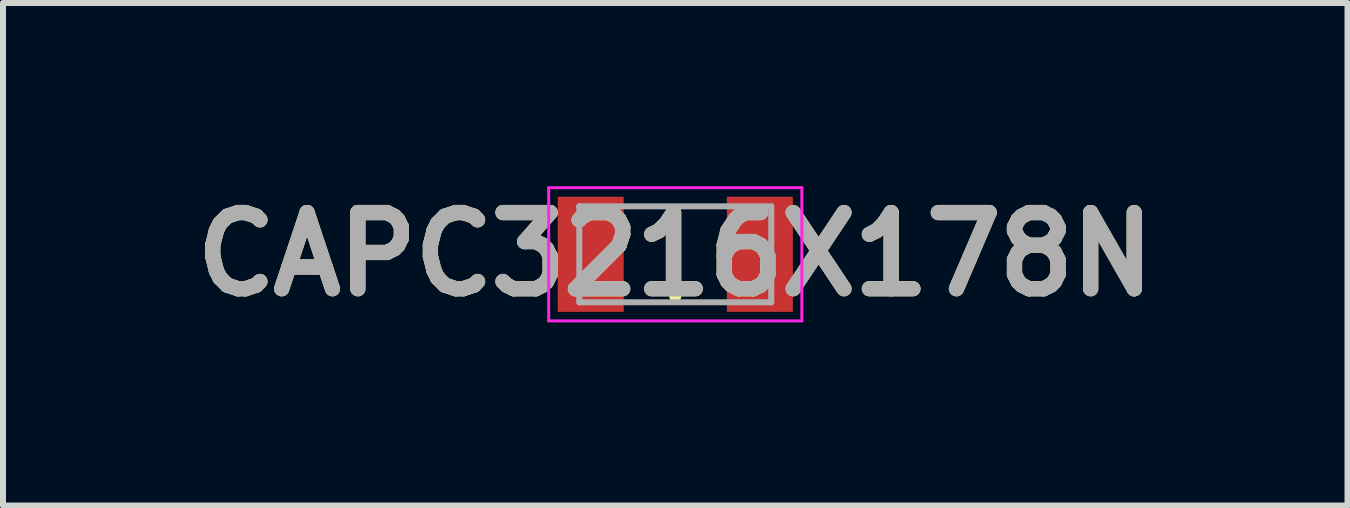
<source format=kicad_pcb>
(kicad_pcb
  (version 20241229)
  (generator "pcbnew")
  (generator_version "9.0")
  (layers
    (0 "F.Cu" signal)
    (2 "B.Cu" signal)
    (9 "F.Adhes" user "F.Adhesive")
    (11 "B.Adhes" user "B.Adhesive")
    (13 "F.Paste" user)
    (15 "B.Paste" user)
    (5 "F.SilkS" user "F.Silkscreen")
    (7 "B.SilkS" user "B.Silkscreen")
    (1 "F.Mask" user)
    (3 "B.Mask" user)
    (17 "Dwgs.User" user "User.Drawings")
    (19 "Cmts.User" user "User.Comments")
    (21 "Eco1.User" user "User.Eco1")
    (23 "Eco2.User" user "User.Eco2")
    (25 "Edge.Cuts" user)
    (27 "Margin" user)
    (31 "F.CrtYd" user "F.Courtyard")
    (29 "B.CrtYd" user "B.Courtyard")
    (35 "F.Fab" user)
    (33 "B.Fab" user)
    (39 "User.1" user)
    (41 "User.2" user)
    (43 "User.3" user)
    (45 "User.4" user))
  (footprint "CAPC3216X178N"
    (layer "F.Cu")
    (at 8.207 1.189)
    (property "Reference" "CAPC3216X178N" (at 0 0 0) (layer "F.SilkS") (effects (font (size 1.27 1.27) (thickness 0.254))))
    (attr smd)
    (fp_line (start 0 -0.7) (end 0 0.7) (stroke (width 0.2) (type solid)) (layer "F.SilkS"))
    (fp_line (start -2.11 -1.11) (end 2.11 -1.11) (stroke (width 0.05) (type solid)) (layer "F.CrtYd"))
    (fp_line (start -2.11 1.11) (end -2.11 -1.11) (stroke (width 0.05) (type solid)) (layer "F.CrtYd"))
    (fp_line (start 2.11 -1.11) (end 2.11 1.11) (stroke (width 0.05) (type solid)) (layer "F.CrtYd"))
    (fp_line (start 2.11 1.11) (end -2.11 1.11) (stroke (width 0.05) (type solid)) (layer "F.CrtYd"))
    (fp_line (start -1.6 -0.8) (end 1.6 -0.8) (stroke (width 0.1) (type solid)) (layer "F.Fab"))
    (fp_line (start -1.6 0.8) (end -1.6 -0.8) (stroke (width 0.1) (type solid)) (layer "F.Fab"))
    (fp_line (start 1.6 -0.8) (end 1.6 0.8) (stroke (width 0.1) (type solid)) (layer "F.Fab"))
    (fp_line (start 1.6 0.8) (end -1.6 0.8) (stroke (width 0.1) (type solid)) (layer "F.Fab"))
    (fp_text user "${REFERENCE}" (at 0 0 0) (layer "F.Fab") (effects (font (size 1.27 1.27) (thickness 0.254))))
    (pad "1" smd rect (at -1.41 0) (size 1.1 1.92) (layers "F.Cu" "F.Mask" "F.Paste"))
    (pad "2" smd rect (at 1.41 0) (size 1.1 1.92) (layers "F.Cu" "F.Mask" "F.Paste")))
  (gr_rect
    (start -3 -3)
    (end 19.413 5.377)
    (stroke (width 0.1) (type default))
    (fill no)
    (layer "Edge.Cuts")))
</source>
